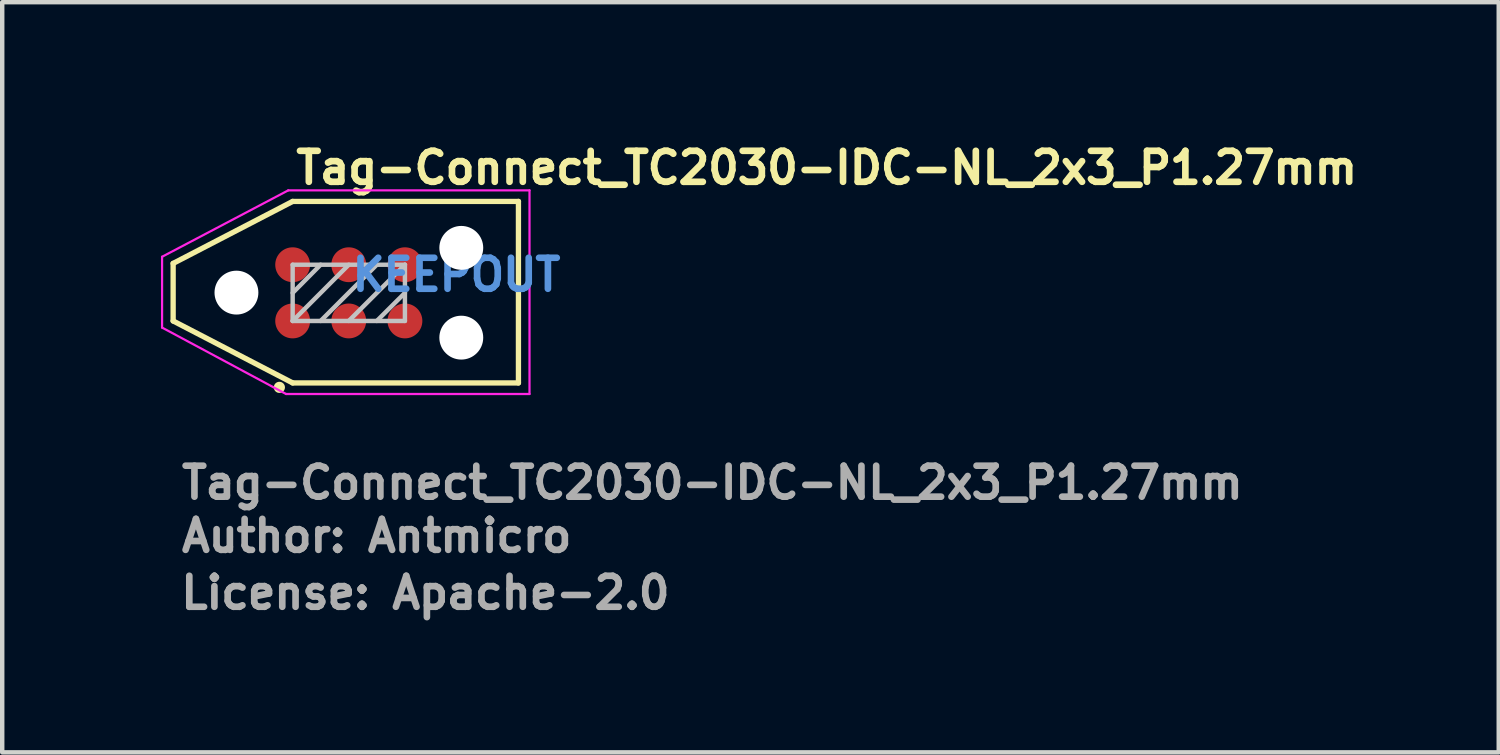
<source format=kicad_pcb>
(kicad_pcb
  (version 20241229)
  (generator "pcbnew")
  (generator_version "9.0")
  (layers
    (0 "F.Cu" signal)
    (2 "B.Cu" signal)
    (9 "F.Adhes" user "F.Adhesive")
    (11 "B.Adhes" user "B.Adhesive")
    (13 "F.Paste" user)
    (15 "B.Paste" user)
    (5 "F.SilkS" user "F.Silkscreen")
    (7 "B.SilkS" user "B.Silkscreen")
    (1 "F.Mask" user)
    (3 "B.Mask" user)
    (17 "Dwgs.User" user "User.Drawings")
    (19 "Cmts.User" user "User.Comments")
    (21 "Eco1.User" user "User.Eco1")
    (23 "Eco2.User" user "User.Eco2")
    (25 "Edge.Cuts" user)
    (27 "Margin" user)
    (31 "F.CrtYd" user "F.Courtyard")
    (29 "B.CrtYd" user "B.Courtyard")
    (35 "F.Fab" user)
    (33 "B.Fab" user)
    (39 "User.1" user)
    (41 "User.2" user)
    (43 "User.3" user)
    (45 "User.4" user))
  (footprint "Tag-Connect_TC2030-IDC-NL_2x3_P1.27mm"
    (layer "F.Cu")
    (at 3.561 4.2)
    (property "Reference" "Tag-Connect_TC2030-IDC-NL_2x3_P1.27mm" (at 0 -3.05 0) (layer "F.SilkS") (effects (font (size 0.7 0.7) (thickness 0.15)) (justify left bottom)))
    (attr exclude_from_bom)
    (fp_line (start -2.7 -1.3) (end 0 -2.7) (stroke (width 0.12) (type solid)) (layer "F.SilkS"))
    (fp_line (start -2.7 0) (end -2.7 -1.3) (stroke (width 0.12) (type solid)) (layer "F.SilkS"))
    (fp_line (start 0 -2.7) (end 5.1 -2.7) (stroke (width 0.12) (type solid)) (layer "F.SilkS"))
    (fp_line (start 0 1.4) (end -2.7 0) (stroke (width 0.12) (type solid)) (layer "F.SilkS"))
    (fp_line (start 5.1 -2.7) (end 5.1 1.4) (stroke (width 0.12) (type solid)) (layer "F.SilkS"))
    (fp_line (start 5.1 1.4) (end 0 1.4) (stroke (width 0.12) (type solid)) (layer "F.SilkS"))
    (fp_circle (center -0.3 1.5) (end -0.249 1.5) (stroke (width 0.15) (type solid)) (fill yes) (layer "F.SilkS"))
    (fp_line (start 0 -1.27) (end 2.536 -1.27) (stroke (width 0.1) (type solid)) (layer "Dwgs.User"))
    (fp_line (start 0 -0.634) (end 0.631 -1.27) (stroke (width 0.1) (type solid)) (layer "Dwgs.User"))
    (fp_line (start 0 0) (end 0 -1.27) (stroke (width 0.1) (type solid)) (layer "Dwgs.User"))
    (fp_line (start 0 0) (end 1.267 -1.27) (stroke (width 0.1) (type solid)) (layer "Dwgs.User"))
    (fp_line (start 0.631 0) (end 1.9 -1.27) (stroke (width 0.1) (type solid)) (layer "Dwgs.User"))
    (fp_line (start 1.267 0) (end 2.536 -1.27) (stroke (width 0.1) (type solid)) (layer "Dwgs.User"))
    (fp_line (start 1.9 0) (end 2.536 -0.634) (stroke (width 0.1) (type solid)) (layer "Dwgs.User"))
    (fp_line (start 2.536 -1.27) (end 2.536 0) (stroke (width 0.1) (type solid)) (layer "Dwgs.User"))
    (fp_line (start 2.536 0) (end 0 0) (stroke (width 0.1) (type solid)) (layer "Dwgs.User"))
    (fp_line (start -2.95 0.15) (end -2.95 -1.45) (stroke (width 0.05) (type solid)) (layer "F.CrtYd"))
    (fp_line (start -2.95 0.15) (end -0.15 1.65) (stroke (width 0.05) (type solid)) (layer "F.CrtYd"))
    (fp_line (start -0.1 -2.95) (end -2.95 -1.45) (stroke (width 0.05) (type solid)) (layer "F.CrtYd"))
    (fp_line (start -0.1 -2.95) (end 5.35 -2.95) (stroke (width 0.05) (type solid)) (layer "F.CrtYd"))
    (fp_line (start 5.35 -2.95) (end 5.35 1.65) (stroke (width 0.05) (type solid)) (layer "F.CrtYd"))
    (fp_line (start 5.35 1.65) (end -0.15 1.65) (stroke (width 0.05) (type solid)) (layer "F.CrtYd"))
    (fp_line (start -3.511 -2.552) (end -3.508 -2.629) (stroke (width 0.1) (type solid)) (layer "User.9"))
    (fp_line (start -3.511 -2.552) (end -3.505 -2.552) (stroke (width 0.1) (type solid)) (layer "User.9"))
    (fp_line (start -3.511 1.348) (end -3.511 -2.552) (stroke (width 0.1) (type solid)) (layer "User.9"))
    (fp_line (start -3.511 1.348) (end -3.511 1.348) (stroke (width 0.1) (type solid)) (layer "User.9"))
    (fp_line (start -3.511 1.348) (end -3.509 1.348) (stroke (width 0.1) (type solid)) (layer "User.9"))
    (fp_line (start -3.509 1.348) (end -3.506 1.348) (stroke (width 0.1) (type solid)) (layer "User.9"))
    (fp_line (start -3.508 -2.629) (end -3.499 -2.706) (stroke (width 0.1) (type solid)) (layer "User.9"))
    (fp_line (start -3.507 1.435) (end -3.511 1.348) (stroke (width 0.1) (type solid)) (layer "User.9"))
    (fp_line (start -3.506 1.348) (end -3.502 1.348) (stroke (width 0.1) (type solid)) (layer "User.9"))
    (fp_line (start -3.505 -2.552) (end -3.486 -2.552) (stroke (width 0.1) (type solid)) (layer "User.9"))
    (fp_line (start -3.502 1.348) (end -3.498 1.348) (stroke (width 0.1) (type solid)) (layer "User.9"))
    (fp_line (start -3.499 -2.706) (end -3.484 -2.782) (stroke (width 0.1) (type solid)) (layer "User.9"))
    (fp_line (start -3.498 1.348) (end -3.492 1.348) (stroke (width 0.1) (type solid)) (layer "User.9"))
    (fp_line (start -3.496 1.522) (end -3.507 1.435) (stroke (width 0.1) (type solid)) (layer "User.9"))
    (fp_line (start -3.492 1.348) (end -3.484 1.348) (stroke (width 0.1) (type solid)) (layer "User.9"))
    (fp_line (start -3.486 -2.552) (end -3.455 -2.552) (stroke (width 0.1) (type solid)) (layer "User.9"))
    (fp_line (start -3.484 -2.782) (end -3.464 -2.856) (stroke (width 0.1) (type solid)) (layer "User.9"))
    (fp_line (start -3.484 1.348) (end -3.476 1.348) (stroke (width 0.1) (type solid)) (layer "User.9"))
    (fp_line (start -3.477 1.607) (end -3.496 1.522) (stroke (width 0.1) (type solid)) (layer "User.9"))
    (fp_line (start -3.476 1.348) (end -3.467 1.348) (stroke (width 0.1) (type solid)) (layer "User.9"))
    (fp_line (start -3.467 1.348) (end -3.457 1.348) (stroke (width 0.1) (type solid)) (layer "User.9"))
    (fp_line (start -3.464 -2.856) (end -3.437 -2.929) (stroke (width 0.1) (type solid)) (layer "User.9"))
    (fp_line (start -3.457 1.348) (end -3.446 1.348) (stroke (width 0.1) (type solid)) (layer "User.9"))
    (fp_line (start -3.455 -2.552) (end -3.412 -2.552) (stroke (width 0.1) (type solid)) (layer "User.9"))
    (fp_line (start -3.451 1.69) (end -3.477 1.607) (stroke (width 0.1) (type solid)) (layer "User.9"))
    (fp_line (start -3.446 1.348) (end -3.433 1.348) (stroke (width 0.1) (type solid)) (layer "User.9"))
    (fp_line (start -3.437 -2.929) (end -3.406 -2.999) (stroke (width 0.1) (type solid)) (layer "User.9"))
    (fp_line (start -3.433 1.348) (end -3.42 1.348) (stroke (width 0.1) (type solid)) (layer "User.9"))
    (fp_line (start -3.42 1.348) (end -3.406 1.348) (stroke (width 0.1) (type solid)) (layer "User.9"))
    (fp_line (start -3.418 1.771) (end -3.451 1.69) (stroke (width 0.1) (type solid)) (layer "User.9"))
    (fp_line (start -3.412 -2.552) (end -3.358 -2.552) (stroke (width 0.1) (type solid)) (layer "User.9"))
    (fp_line (start -3.406 -2.999) (end -3.364 -3.073) (stroke (width 0.1) (type solid)) (layer "User.9"))
    (fp_line (start -3.406 1.348) (end -3.368 1.348) (stroke (width 0.1) (type solid)) (layer "User.9"))
    (fp_line (start -3.387 -3.029) (end -3.406 -2.999) (stroke (width 0.1) (type solid)) (layer "User.9"))
    (fp_line (start -3.387 1.426) (end -3.406 1.348) (stroke (width 0.1) (type solid)) (layer "User.9"))
    (fp_line (start -3.377 1.848) (end -3.418 1.771) (stroke (width 0.1) (type solid)) (layer "User.9"))
    (fp_line (start -3.368 1.348) (end -3.324 1.348) (stroke (width 0.1) (type solid)) (layer "User.9"))
    (fp_line (start -3.364 -3.073) (end -3.317 -3.144) (stroke (width 0.1) (type solid)) (layer "User.9"))
    (fp_line (start -3.361 -3.055) (end -3.387 -3.029) (stroke (width 0.1) (type solid)) (layer "User.9"))
    (fp_line (start -3.361 1.504) (end -3.387 1.426) (stroke (width 0.1) (type solid)) (layer "User.9"))
    (fp_line (start -3.358 -2.552) (end -3.293 -2.552) (stroke (width 0.1) (type solid)) (layer "User.9"))
    (fp_line (start -3.33 1.922) (end -3.377 1.848) (stroke (width 0.1) (type solid)) (layer "User.9"))
    (fp_line (start -3.33 -3.077) (end -3.361 -3.055) (stroke (width 0.1) (type solid)) (layer "User.9"))
    (fp_line (start -3.33 1.58) (end -3.361 1.504) (stroke (width 0.1) (type solid)) (layer "User.9"))
    (fp_line (start -3.324 1.348) (end -3.275 1.348) (stroke (width 0.1) (type solid)) (layer "User.9"))
    (fp_line (start -3.317 -3.144) (end -3.264 -3.21) (stroke (width 0.1) (type solid)) (layer "User.9"))
    (fp_line (start -3.293 -2.552) (end -3.218 -2.552) (stroke (width 0.1) (type solid)) (layer "User.9"))
    (fp_line (start -3.292 -3.096) (end -3.33 -3.077) (stroke (width 0.1) (type solid)) (layer "User.9"))
    (fp_line (start -3.292 1.655) (end -3.33 1.58) (stroke (width 0.1) (type solid)) (layer "User.9"))
    (fp_line (start -3.277 1.991) (end -3.33 1.922) (stroke (width 0.1) (type solid)) (layer "User.9"))
    (fp_line (start -3.275 1.348) (end -3.222 1.348) (stroke (width 0.1) (type solid)) (layer "User.9"))
    (fp_line (start -3.264 -3.21) (end -3.205 -3.272) (stroke (width 0.1) (type solid)) (layer "User.9"))
    (fp_line (start -3.249 -3.11) (end -3.292 -3.096) (stroke (width 0.1) (type solid)) (layer "User.9"))
    (fp_line (start -3.249 1.727) (end -3.292 1.655) (stroke (width 0.1) (type solid)) (layer "User.9"))
    (fp_line (start -3.222 1.348) (end -3.164 1.348) (stroke (width 0.1) (type solid)) (layer "User.9"))
    (fp_line (start -3.218 -2.552) (end -3.135 -2.552) (stroke (width 0.1) (type solid)) (layer "User.9"))
    (fp_line (start -3.218 2.055) (end -3.277 1.991) (stroke (width 0.1) (type solid)) (layer "User.9"))
    (fp_line (start -3.205 -3.272) (end -3.141 -3.328) (stroke (width 0.1) (type solid)) (layer "User.9"))
    (fp_line (start -3.201 -3.121) (end -3.249 -3.11) (stroke (width 0.1) (type solid)) (layer "User.9"))
    (fp_line (start -3.201 1.797) (end -3.249 1.727) (stroke (width 0.1) (type solid)) (layer "User.9"))
    (fp_line (start -3.164 1.348) (end -3.103 1.348) (stroke (width 0.1) (type solid)) (layer "User.9"))
    (fp_line (start -3.154 2.114) (end -3.218 2.055) (stroke (width 0.1) (type solid)) (layer "User.9"))
    (fp_line (start -3.147 -3.127) (end -3.201 -3.121) (stroke (width 0.1) (type solid)) (layer "User.9"))
    (fp_line (start -3.147 1.863) (end -3.201 1.797) (stroke (width 0.1) (type solid)) (layer "User.9"))
    (fp_line (start -3.141 -3.328) (end -3.073 -3.379) (stroke (width 0.1) (type solid)) (layer "User.9"))
    (fp_line (start -3.135 -2.552) (end -3.043 -2.552) (stroke (width 0.1) (type solid)) (layer "User.9"))
    (fp_line (start -3.103 1.348) (end -3.037 1.348) (stroke (width 0.1) (type solid)) (layer "User.9"))
    (fp_line (start -3.089 -3.129) (end -3.147 -3.127) (stroke (width 0.1) (type solid)) (layer "User.9"))
    (fp_line (start -3.089 -3.129) (end -3.026 -3.127) (stroke (width 0.1) (type solid)) (layer "User.9"))
    (fp_line (start -3.089 1.926) (end -3.147 1.863) (stroke (width 0.1) (type solid)) (layer "User.9"))
    (fp_line (start -3.089 1.926) (end -3.026 1.984) (stroke (width 0.1) (type solid)) (layer "User.9"))
    (fp_line (start -3.085 2.167) (end -3.154 2.114) (stroke (width 0.1) (type solid)) (layer "User.9"))
    (fp_line (start -3.073 -3.379) (end -3 -3.424) (stroke (width 0.1) (type solid)) (layer "User.9"))
    (fp_line (start -3.043 -2.552) (end -2.945 -2.552) (stroke (width 0.1) (type solid)) (layer "User.9"))
    (fp_line (start -3.037 1.348) (end -2.968 1.348) (stroke (width 0.1) (type solid)) (layer "User.9"))
    (fp_line (start -3.026 -3.127) (end -2.96 -3.121) (stroke (width 0.1) (type solid)) (layer "User.9"))
    (fp_line (start -3.026 1.984) (end -2.96 2.038) (stroke (width 0.1) (type solid)) (layer "User.9"))
    (fp_line (start -3.011 2.214) (end -3.085 2.167) (stroke (width 0.1) (type solid)) (layer "User.9"))
    (fp_line (start -3 -3.424) (end -2.924 -3.462) (stroke (width 0.1) (type solid)) (layer "User.9"))
    (fp_line (start -2.968 1.348) (end -2.896 1.348) (stroke (width 0.1) (type solid)) (layer "User.9"))
    (fp_line (start -2.96 -3.121) (end -2.89 -3.11) (stroke (width 0.1) (type solid)) (layer "User.9"))
    (fp_line (start -2.96 2.038) (end -2.89 2.086) (stroke (width 0.1) (type solid)) (layer "User.9"))
    (fp_line (start -2.945 -2.552) (end -2.841 -2.552) (stroke (width 0.1) (type solid)) (layer "User.9"))
    (fp_line (start -2.934 2.255) (end -3.011 2.214) (stroke (width 0.1) (type solid)) (layer "User.9"))
    (fp_line (start -2.924 -3.462) (end -2.845 -3.494) (stroke (width 0.1) (type solid)) (layer "User.9"))
    (fp_line (start -2.896 1.348) (end -2.822 1.348) (stroke (width 0.1) (type solid)) (layer "User.9"))
    (fp_line (start -2.89 -3.11) (end -2.818 -3.096) (stroke (width 0.1) (type solid)) (layer "User.9"))
    (fp_line (start -2.89 2.086) (end -2.818 2.129) (stroke (width 0.1) (type solid)) (layer "User.9"))
    (fp_line (start -2.853 2.288) (end -2.934 2.255) (stroke (width 0.1) (type solid)) (layer "User.9"))
    (fp_line (start -2.845 -3.494) (end -2.764 -3.519) (stroke (width 0.1) (type solid)) (layer "User.9"))
    (fp_line (start -2.841 -2.552) (end -2.734 -2.552) (stroke (width 0.1) (type solid)) (layer "User.9"))
    (fp_line (start -2.822 1.348) (end -2.746 1.348) (stroke (width 0.1) (type solid)) (layer "User.9"))
    (fp_line (start -2.818 -3.096) (end -2.743 -3.077) (stroke (width 0.1) (type solid)) (layer "User.9"))
    (fp_line (start -2.818 2.129) (end -2.743 2.167) (stroke (width 0.1) (type solid)) (layer "User.9"))
    (fp_line (start -2.77 2.314) (end -2.853 2.288) (stroke (width 0.1) (type solid)) (layer "User.9"))
    (fp_line (start -2.764 -3.519) (end -2.681 -3.537) (stroke (width 0.1) (type solid)) (layer "User.9"))
    (fp_line (start -2.746 1.348) (end -2.669 1.348) (stroke (width 0.1) (type solid)) (layer "User.9"))
    (fp_line (start -2.743 -3.077) (end -2.667 -3.055) (stroke (width 0.1) (type solid)) (layer "User.9"))
    (fp_line (start -2.743 2.167) (end -2.667 2.199) (stroke (width 0.1) (type solid)) (layer "User.9"))
    (fp_line (start -2.734 -2.552) (end -2.623 -2.552) (stroke (width 0.1) (type solid)) (layer "User.9"))
    (fp_line (start -2.685 2.333) (end -2.77 2.314) (stroke (width 0.1) (type solid)) (layer "User.9"))
    (fp_line (start -2.681 -3.537) (end -2.596 -3.548) (stroke (width 0.1) (type solid)) (layer "User.9"))
    (fp_line (start -2.669 1.348) (end -2.59 1.348) (stroke (width 0.1) (type solid)) (layer "User.9"))
    (fp_line (start -2.667 -3.055) (end -2.589 -3.029) (stroke (width 0.1) (type solid)) (layer "User.9"))
    (fp_line (start -2.667 2.199) (end -2.589 2.224) (stroke (width 0.1) (type solid)) (layer "User.9"))
    (fp_line (start -2.623 -2.552) (end -2.511 -2.552) (stroke (width 0.1) (type solid)) (layer "User.9"))
    (fp_line (start -2.598 2.344) (end -2.685 2.333) (stroke (width 0.1) (type solid)) (layer "User.9"))
    (fp_line (start -2.596 -3.548) (end -2.511 -3.552) (stroke (width 0.1) (type solid)) (layer "User.9"))
    (fp_line (start -2.59 1.348) (end -2.511 1.348) (stroke (width 0.1) (type solid)) (layer "User.9"))
    (fp_line (start -2.589 -3.029) (end -2.511 -2.999) (stroke (width 0.1) (type solid)) (layer "User.9"))
    (fp_line (start -2.589 2.224) (end -2.511 2.243) (stroke (width 0.1) (type solid)) (layer "User.9"))
    (fp_line (start -2.511 -3.552) (end -2.511 -3.549) (stroke (width 0.1) (type solid)) (layer "User.9"))
    (fp_line (start -2.511 -3.552) (end 4.989 -3.552) (stroke (width 0.1) (type solid)) (layer "User.9"))
    (fp_line (start -2.511 -3.549) (end -2.511 -3.539) (stroke (width 0.1) (type solid)) (layer "User.9"))
    (fp_line (start -2.511 -3.539) (end -2.511 -3.524) (stroke (width 0.1) (type solid)) (layer "User.9"))
    (fp_line (start -2.511 -3.524) (end -2.511 -3.502) (stroke (width 0.1) (type solid)) (layer "User.9"))
    (fp_line (start -2.511 -3.502) (end -2.511 -3.475) (stroke (width 0.1) (type solid)) (layer "User.9"))
    (fp_line (start -2.511 -3.475) (end -2.511 -3.441) (stroke (width 0.1) (type solid)) (layer "User.9"))
    (fp_line (start -2.511 -3.441) (end -2.511 -3.402) (stroke (width 0.1) (type solid)) (layer "User.9"))
    (fp_line (start -2.511 -3.402) (end -2.511 -3.358) (stroke (width 0.1) (type solid)) (layer "User.9"))
    (fp_line (start -2.511 -3.358) (end -2.511 -3.309) (stroke (width 0.1) (type solid)) (layer "User.9"))
    (fp_line (start -2.511 -3.309) (end -2.511 -3.255) (stroke (width 0.1) (type solid)) (layer "User.9"))
    (fp_line (start -2.511 -3.255) (end -2.511 -3.197) (stroke (width 0.1) (type solid)) (layer "User.9"))
    (fp_line (start -2.511 -3.197) (end -2.511 -3.134) (stroke (width 0.1) (type solid)) (layer "User.9"))
    (fp_line (start -2.511 -3.134) (end -2.511 -3.068) (stroke (width 0.1) (type solid)) (layer "User.9"))
    (fp_line (start -2.511 -3.068) (end -2.511 -2.999) (stroke (width 0.1) (type solid)) (layer "User.9"))
    (fp_line (start -2.511 -2.999) (end -2.511 -2.969) (stroke (width 0.1) (type solid)) (layer "User.9"))
    (fp_line (start -2.511 -2.969) (end -2.511 -2.939) (stroke (width 0.1) (type solid)) (layer "User.9"))
    (fp_line (start -2.511 -2.939) (end -2.511 -2.908) (stroke (width 0.1) (type solid)) (layer "User.9"))
    (fp_line (start -2.511 -2.908) (end -2.511 -2.877) (stroke (width 0.1) (type solid)) (layer "User.9"))
    (fp_line (start -2.511 -2.877) (end -2.511 -2.845) (stroke (width 0.1) (type solid)) (layer "User.9"))
    (fp_line (start -2.511 -2.845) (end -2.511 -2.814) (stroke (width 0.1) (type solid)) (layer "User.9"))
    (fp_line (start -2.511 -2.814) (end -2.511 -2.782) (stroke (width 0.1) (type solid)) (layer "User.9"))
    (fp_line (start -2.511 -2.782) (end -2.511 -2.749) (stroke (width 0.1) (type solid)) (layer "User.9"))
    (fp_line (start -2.511 -2.749) (end -2.511 -2.717) (stroke (width 0.1) (type solid)) (layer "User.9"))
    (fp_line (start -2.511 -2.717) (end -2.511 -2.684) (stroke (width 0.1) (type solid)) (layer "User.9"))
    (fp_line (start -2.511 -2.684) (end -2.511 -2.651) (stroke (width 0.1) (type solid)) (layer "User.9"))
    (fp_line (start -2.511 -2.651) (end -2.511 -2.618) (stroke (width 0.1) (type solid)) (layer "User.9"))
    (fp_line (start -2.511 -2.618) (end -2.511 -2.585) (stroke (width 0.1) (type solid)) (layer "User.9"))
    (fp_line (start -2.511 -2.585) (end -2.511 -2.552) (stroke (width 0.1) (type solid)) (layer "User.9"))
    (fp_line (start -2.511 -2.552) (end -2.511 1.348) (stroke (width 0.1) (type solid)) (layer "User.9"))
    (fp_line (start -2.511 -2.552) (end 4.989 -2.552) (stroke (width 0.1) (type solid)) (layer "User.9"))
    (fp_line (start -2.511 1.348) (end -2.511 1.427) (stroke (width 0.1) (type solid)) (layer "User.9"))
    (fp_line (start -2.511 1.348) (end 4.989 1.348) (stroke (width 0.1) (type solid)) (layer "User.9"))
    (fp_line (start -2.511 1.427) (end -2.511 1.506) (stroke (width 0.1) (type solid)) (layer "User.9"))
    (fp_line (start -2.511 1.506) (end -2.511 1.583) (stroke (width 0.1) (type solid)) (layer "User.9"))
    (fp_line (start -2.511 1.583) (end -2.511 1.659) (stroke (width 0.1) (type solid)) (layer "User.9"))
    (fp_line (start -2.511 1.659) (end -2.511 1.733) (stroke (width 0.1) (type solid)) (layer "User.9"))
    (fp_line (start -2.511 1.733) (end -2.511 1.805) (stroke (width 0.1) (type solid)) (layer "User.9"))
    (fp_line (start -2.511 1.805) (end -2.511 1.874) (stroke (width 0.1) (type solid)) (layer "User.9"))
    (fp_line (start -2.511 1.874) (end -2.511 1.94) (stroke (width 0.1) (type solid)) (layer "User.9"))
    (fp_line (start -2.511 1.94) (end -2.511 2.001) (stroke (width 0.1) (type solid)) (layer "User.9"))
    (fp_line (start -2.511 2.001) (end -2.511 2.059) (stroke (width 0.1) (type solid)) (layer "User.9"))
    (fp_line (start -2.511 2.059) (end -2.511 2.113) (stroke (width 0.1) (type solid)) (layer "User.9"))
    (fp_line (start -2.511 2.113) (end -2.511 2.161) (stroke (width 0.1) (type solid)) (layer "User.9"))
    (fp_line (start -2.511 2.161) (end -2.511 2.205) (stroke (width 0.1) (type solid)) (layer "User.9"))
    (fp_line (start -2.511 2.205) (end -2.511 2.243) (stroke (width 0.1) (type solid)) (layer "User.9"))
    (fp_line (start -2.511 2.243) (end -2.511 2.257) (stroke (width 0.1) (type solid)) (layer "User.9"))
    (fp_line (start -2.511 2.257) (end -2.511 2.27) (stroke (width 0.1) (type solid)) (layer "User.9"))
    (fp_line (start -2.511 2.27) (end -2.511 2.283) (stroke (width 0.1) (type solid)) (layer "User.9"))
    (fp_line (start -2.511 2.283) (end -2.511 2.294) (stroke (width 0.1) (type solid)) (layer "User.9"))
    (fp_line (start -2.511 2.294) (end -2.511 2.304) (stroke (width 0.1) (type solid)) (layer "User.9"))
    (fp_line (start -2.511 2.304) (end -2.511 2.313) (stroke (width 0.1) (type solid)) (layer "User.9"))
    (fp_line (start -2.511 2.313) (end -2.511 2.321) (stroke (width 0.1) (type solid)) (layer "User.9"))
    (fp_line (start -2.511 2.321) (end -2.511 2.329) (stroke (width 0.1) (type solid)) (layer "User.9"))
    (fp_line (start -2.511 2.329) (end -2.511 2.335) (stroke (width 0.1) (type solid)) (layer "User.9"))
    (fp_line (start -2.511 2.335) (end -2.511 2.339) (stroke (width 0.1) (type solid)) (layer "User.9"))
    (fp_line (start -2.511 2.339) (end -2.511 2.343) (stroke (width 0.1) (type solid)) (layer "User.9"))
    (fp_line (start -2.511 2.343) (end -2.511 2.346) (stroke (width 0.1) (type solid)) (layer "User.9"))
    (fp_line (start -2.511 2.346) (end -2.511 2.348) (stroke (width 0.1) (type solid)) (layer "User.9"))
    (fp_line (start -2.511 2.348) (end -2.511 2.348) (stroke (width 0.1) (type solid)) (layer "User.9"))
    (fp_line (start -2.511 2.348) (end -2.598 2.344) (stroke (width 0.1) (type solid)) (layer "User.9"))
    (fp_line (start -2.511 2.348) (end 4.989 2.348) (stroke (width 0.1) (type solid)) (layer "User.9"))
    (fp_line (start 4.989 -3.552) (end 5.074 -3.548) (stroke (width 0.1) (type solid)) (layer "User.9"))
    (fp_line (start 4.989 -3.549) (end 4.989 -3.552) (stroke (width 0.1) (type solid)) (layer "User.9"))
    (fp_line (start 4.989 -3.539) (end 4.989 -3.549) (stroke (width 0.1) (type solid)) (layer "User.9"))
    (fp_line (start 4.989 -3.524) (end 4.989 -3.539) (stroke (width 0.1) (type solid)) (layer "User.9"))
    (fp_line (start 4.989 -3.502) (end 4.989 -3.524) (stroke (width 0.1) (type solid)) (layer "User.9"))
    (fp_line (start 4.989 -3.475) (end 4.989 -3.502) (stroke (width 0.1) (type solid)) (layer "User.9"))
    (fp_line (start 4.989 -3.441) (end 4.989 -3.475) (stroke (width 0.1) (type solid)) (layer "User.9"))
    (fp_line (start 4.989 -3.402) (end 4.989 -3.441) (stroke (width 0.1) (type solid)) (layer "User.9"))
    (fp_line (start 4.989 -3.358) (end 4.989 -3.402) (stroke (width 0.1) (type solid)) (layer "User.9"))
    (fp_line (start 4.989 -3.309) (end 4.989 -3.358) (stroke (width 0.1) (type solid)) (layer "User.9"))
    (fp_line (start 4.989 -3.255) (end 4.989 -3.309) (stroke (width 0.1) (type solid)) (layer "User.9"))
    (fp_line (start 4.989 -3.197) (end 4.989 -3.255) (stroke (width 0.1) (type solid)) (layer "User.9"))
    (fp_line (start 4.989 -3.134) (end 4.989 -3.197) (stroke (width 0.1) (type solid)) (layer "User.9"))
    (fp_line (start 4.989 -3.068) (end 4.989 -3.134) (stroke (width 0.1) (type solid)) (layer "User.9"))
    (fp_line (start 4.989 -2.999) (end 4.989 -3.068) (stroke (width 0.1) (type solid)) (layer "User.9"))
    (fp_line (start 4.989 -2.969) (end 4.989 -2.999) (stroke (width 0.1) (type solid)) (layer "User.9"))
    (fp_line (start 4.989 -2.939) (end 4.989 -2.969) (stroke (width 0.1) (type solid)) (layer "User.9"))
    (fp_line (start 4.989 -2.908) (end 4.989 -2.939) (stroke (width 0.1) (type solid)) (layer "User.9"))
    (fp_line (start 4.989 -2.877) (end 4.989 -2.908) (stroke (width 0.1) (type solid)) (layer "User.9"))
    (fp_line (start 4.989 -2.845) (end 4.989 -2.877) (stroke (width 0.1) (type solid)) (layer "User.9"))
    (fp_line (start 4.989 -2.814) (end 4.989 -2.845) (stroke (width 0.1) (type solid)) (layer "User.9"))
    (fp_line (start 4.989 -2.782) (end 4.989 -2.814) (stroke (width 0.1) (type solid)) (layer "User.9"))
    (fp_line (start 4.989 -2.749) (end 4.989 -2.782) (stroke (width 0.1) (type solid)) (layer "User.9"))
    (fp_line (start 4.989 -2.717) (end 4.989 -2.749) (stroke (width 0.1) (type solid)) (layer "User.9"))
    (fp_line (start 4.989 -2.684) (end 4.989 -2.717) (stroke (width 0.1) (type solid)) (layer "User.9"))
    (fp_line (start 4.989 -2.651) (end 4.989 -2.684) (stroke (width 0.1) (type solid)) (layer "User.9"))
    (fp_line (start 4.989 -2.618) (end 4.989 -2.651) (stroke (width 0.1) (type solid)) (layer "User.9"))
    (fp_line (start 4.989 -2.585) (end 4.989 -2.618) (stroke (width 0.1) (type solid)) (layer "User.9"))
    (fp_line (start 4.989 -2.552) (end 4.989 -2.585) (stroke (width 0.1) (type solid)) (layer "User.9"))
    (fp_line (start 4.989 -2.552) (end 5.101 -2.552) (stroke (width 0.1) (type solid)) (layer "User.9"))
    (fp_line (start 4.989 1.348) (end 4.989 -2.552) (stroke (width 0.1) (type solid)) (layer "User.9"))
    (fp_line (start 4.989 1.348) (end 5.101 1.348) (stroke (width 0.1) (type solid)) (layer "User.9"))
    (fp_line (start 4.989 1.381) (end 4.989 1.348) (stroke (width 0.1) (type solid)) (layer "User.9"))
    (fp_line (start 4.989 1.414) (end 4.989 1.381) (stroke (width 0.1) (type solid)) (layer "User.9"))
    (fp_line (start 4.989 1.447) (end 4.989 1.414) (stroke (width 0.1) (type solid)) (layer "User.9"))
    (fp_line (start 4.989 1.48) (end 4.989 1.447) (stroke (width 0.1) (type solid)) (layer "User.9"))
    (fp_line (start 4.989 1.513) (end 4.989 1.48) (stroke (width 0.1) (type solid)) (layer "User.9"))
    (fp_line (start 4.989 1.546) (end 4.989 1.513) (stroke (width 0.1) (type solid)) (layer "User.9"))
    (fp_line (start 4.989 1.578) (end 4.989 1.546) (stroke (width 0.1) (type solid)) (layer "User.9"))
    (fp_line (start 4.989 1.61) (end 4.989 1.578) (stroke (width 0.1) (type solid)) (layer "User.9"))
    (fp_line (start 4.989 1.642) (end 4.989 1.61) (stroke (width 0.1) (type solid)) (layer "User.9"))
    (fp_line (start 4.989 1.673) (end 4.989 1.642) (stroke (width 0.1) (type solid)) (layer "User.9"))
    (fp_line (start 4.989 1.705) (end 4.989 1.673) (stroke (width 0.1) (type solid)) (layer "User.9"))
    (fp_line (start 4.989 1.735) (end 4.989 1.705) (stroke (width 0.1) (type solid)) (layer "User.9"))
    (fp_line (start 4.989 1.766) (end 4.989 1.735) (stroke (width 0.1) (type solid)) (layer "User.9"))
    (fp_line (start 4.989 1.795) (end 4.989 1.766) (stroke (width 0.1) (type solid)) (layer "User.9"))
    (fp_line (start 4.989 1.865) (end 4.989 1.795) (stroke (width 0.1) (type solid)) (layer "User.9"))
    (fp_line (start 4.989 1.931) (end 4.989 1.865) (stroke (width 0.1) (type solid)) (layer "User.9"))
    (fp_line (start 4.989 1.993) (end 4.989 1.931) (stroke (width 0.1) (type solid)) (layer "User.9"))
    (fp_line (start 4.989 2.052) (end 4.989 1.993) (stroke (width 0.1) (type solid)) (layer "User.9"))
    (fp_line (start 4.989 2.105) (end 4.989 2.052) (stroke (width 0.1) (type solid)) (layer "User.9"))
    (fp_line (start 4.989 2.155) (end 4.989 2.105) (stroke (width 0.1) (type solid)) (layer "User.9"))
    (fp_line (start 4.989 2.199) (end 4.989 2.155) (stroke (width 0.1) (type solid)) (layer "User.9"))
    (fp_line (start 4.989 2.238) (end 4.989 2.199) (stroke (width 0.1) (type solid)) (layer "User.9"))
    (fp_line (start 4.989 2.271) (end 4.989 2.238) (stroke (width 0.1) (type solid)) (layer "User.9"))
    (fp_line (start 4.989 2.299) (end 4.989 2.271) (stroke (width 0.1) (type solid)) (layer "User.9"))
    (fp_line (start 4.989 2.32) (end 4.989 2.299) (stroke (width 0.1) (type solid)) (layer "User.9"))
    (fp_line (start 4.989 2.336) (end 4.989 2.32) (stroke (width 0.1) (type solid)) (layer "User.9"))
    (fp_line (start 4.989 2.345) (end 4.989 2.336) (stroke (width 0.1) (type solid)) (layer "User.9"))
    (fp_line (start 4.989 2.348) (end 4.989 2.345) (stroke (width 0.1) (type solid)) (layer "User.9"))
    (fp_line (start 5.067 -3.029) (end 4.989 -2.999) (stroke (width 0.1) (type solid)) (layer "User.9"))
    (fp_line (start 5.067 1.825) (end 4.989 1.795) (stroke (width 0.1) (type solid)) (layer "User.9"))
    (fp_line (start 5.074 -3.548) (end 5.158 -3.537) (stroke (width 0.1) (type solid)) (layer "User.9"))
    (fp_line (start 5.074 2.345) (end 4.989 2.348) (stroke (width 0.1) (type solid)) (layer "User.9"))
    (fp_line (start 5.101 -2.552) (end 5.211 -2.552) (stroke (width 0.1) (type solid)) (layer "User.9"))
    (fp_line (start 5.101 1.348) (end 5.211 1.348) (stroke (width 0.1) (type solid)) (layer "User.9"))
    (fp_line (start 5.144 -3.055) (end 5.067 -3.029) (stroke (width 0.1) (type solid)) (layer "User.9"))
    (fp_line (start 5.144 1.851) (end 5.067 1.825) (stroke (width 0.1) (type solid)) (layer "User.9"))
    (fp_line (start 5.158 -3.537) (end 5.242 -3.519) (stroke (width 0.1) (type solid)) (layer "User.9"))
    (fp_line (start 5.158 2.334) (end 5.074 2.345) (stroke (width 0.1) (type solid)) (layer "User.9"))
    (fp_line (start 5.211 -2.552) (end 5.319 -2.552) (stroke (width 0.1) (type solid)) (layer "User.9"))
    (fp_line (start 5.211 1.348) (end 5.319 1.348) (stroke (width 0.1) (type solid)) (layer "User.9"))
    (fp_line (start 5.221 -3.077) (end 5.144 -3.055) (stroke (width 0.1) (type solid)) (layer "User.9"))
    (fp_line (start 5.221 1.874) (end 5.144 1.851) (stroke (width 0.1) (type solid)) (layer "User.9"))
    (fp_line (start 5.242 -3.519) (end 5.323 -3.494) (stroke (width 0.1) (type solid)) (layer "User.9"))
    (fp_line (start 5.242 2.316) (end 5.158 2.334) (stroke (width 0.1) (type solid)) (layer "User.9"))
    (fp_line (start 5.295 -3.096) (end 5.221 -3.077) (stroke (width 0.1) (type solid)) (layer "User.9"))
    (fp_line (start 5.295 1.892) (end 5.221 1.874) (stroke (width 0.1) (type solid)) (layer "User.9"))
    (fp_line (start 5.319 -2.552) (end 5.423 -2.552) (stroke (width 0.1) (type solid)) (layer "User.9"))
    (fp_line (start 5.319 1.348) (end 5.423 1.348) (stroke (width 0.1) (type solid)) (layer "User.9"))
    (fp_line (start 5.323 -3.494) (end 5.402 -3.462) (stroke (width 0.1) (type solid)) (layer "User.9"))
    (fp_line (start 5.323 2.291) (end 5.242 2.316) (stroke (width 0.1) (type solid)) (layer "User.9"))
    (fp_line (start 5.368 -3.11) (end 5.295 -3.096) (stroke (width 0.1) (type solid)) (layer "User.9"))
    (fp_line (start 5.368 1.907) (end 5.295 1.892) (stroke (width 0.1) (type solid)) (layer "User.9"))
    (fp_line (start 5.402 -3.462) (end 5.478 -3.424) (stroke (width 0.1) (type solid)) (layer "User.9"))
    (fp_line (start 5.402 2.259) (end 5.323 2.291) (stroke (width 0.1) (type solid)) (layer "User.9"))
    (fp_line (start 5.423 -2.552) (end 5.521 -2.552) (stroke (width 0.1) (type solid)) (layer "User.9"))
    (fp_line (start 5.423 1.348) (end 5.521 1.348) (stroke (width 0.1) (type solid)) (layer "User.9"))
    (fp_line (start 5.437 -3.121) (end 5.368 -3.11) (stroke (width 0.1) (type solid)) (layer "User.9"))
    (fp_line (start 5.437 1.917) (end 5.368 1.907) (stroke (width 0.1) (type solid)) (layer "User.9"))
    (fp_line (start 5.478 -3.424) (end 5.55 -3.379) (stroke (width 0.1) (type solid)) (layer "User.9"))
    (fp_line (start 5.478 2.221) (end 5.402 2.259) (stroke (width 0.1) (type solid)) (layer "User.9"))
    (fp_line (start 5.504 -3.127) (end 5.437 -3.121) (stroke (width 0.1) (type solid)) (layer "User.9"))
    (fp_line (start 5.504 1.923) (end 5.437 1.917) (stroke (width 0.1) (type solid)) (layer "User.9"))
    (fp_line (start 5.521 -2.552) (end 5.612 -2.552) (stroke (width 0.1) (type solid)) (layer "User.9"))
    (fp_line (start 5.521 1.348) (end 5.612 1.348) (stroke (width 0.1) (type solid)) (layer "User.9"))
    (fp_line (start 5.55 -3.379) (end 5.619 -3.328) (stroke (width 0.1) (type solid)) (layer "User.9"))
    (fp_line (start 5.55 2.176) (end 5.478 2.221) (stroke (width 0.1) (type solid)) (layer "User.9"))
    (fp_line (start 5.566 -3.129) (end 5.504 -3.127) (stroke (width 0.1) (type solid)) (layer "User.9"))
    (fp_line (start 5.566 -3.129) (end 5.624 -3.127) (stroke (width 0.1) (type solid)) (layer "User.9"))
    (fp_line (start 5.566 1.926) (end 5.504 1.923) (stroke (width 0.1) (type solid)) (layer "User.9"))
    (fp_line (start 5.566 1.926) (end 5.624 1.923) (stroke (width 0.1) (type solid)) (layer "User.9"))
    (fp_line (start 5.612 -2.552) (end 5.696 -2.552) (stroke (width 0.1) (type solid)) (layer "User.9"))
    (fp_line (start 5.612 1.348) (end 5.696 1.348) (stroke (width 0.1) (type solid)) (layer "User.9"))
    (fp_line (start 5.619 -3.328) (end 5.682 -3.272) (stroke (width 0.1) (type solid)) (layer "User.9"))
    (fp_line (start 5.619 2.125) (end 5.55 2.176) (stroke (width 0.1) (type solid)) (layer "User.9"))
    (fp_line (start 5.624 -3.127) (end 5.678 -3.121) (stroke (width 0.1) (type solid)) (layer "User.9"))
    (fp_line (start 5.624 1.923) (end 5.678 1.917) (stroke (width 0.1) (type solid)) (layer "User.9"))
    (fp_line (start 5.678 -3.121) (end 5.727 -3.11) (stroke (width 0.1) (type solid)) (layer "User.9"))
    (fp_line (start 5.678 1.917) (end 5.727 1.907) (stroke (width 0.1) (type solid)) (layer "User.9"))
    (fp_line (start 5.682 -3.272) (end 5.741 -3.21) (stroke (width 0.1) (type solid)) (layer "User.9"))
    (fp_line (start 5.682 2.069) (end 5.619 2.125) (stroke (width 0.1) (type solid)) (layer "User.9"))
    (fp_line (start 5.696 -2.552) (end 5.771 -2.552) (stroke (width 0.1) (type solid)) (layer "User.9"))
    (fp_line (start 5.696 1.348) (end 5.771 1.348) (stroke (width 0.1) (type solid)) (layer "User.9"))
    (fp_line (start 5.727 -3.11) (end 5.77 -3.096) (stroke (width 0.1) (type solid)) (layer "User.9"))
    (fp_line (start 5.727 1.907) (end 5.77 1.892) (stroke (width 0.1) (type solid)) (layer "User.9"))
    (fp_line (start 5.741 -3.21) (end 5.794 -3.144) (stroke (width 0.1) (type solid)) (layer "User.9"))
    (fp_line (start 5.741 2.007) (end 5.682 2.069) (stroke (width 0.1) (type solid)) (layer "User.9"))
    (fp_line (start 5.77 -3.096) (end 5.808 -3.077) (stroke (width 0.1) (type solid)) (layer "User.9"))
    (fp_line (start 5.77 1.892) (end 5.808 1.874) (stroke (width 0.1) (type solid)) (layer "User.9"))
    (fp_line (start 5.771 -2.552) (end 5.836 -2.552) (stroke (width 0.1) (type solid)) (layer "User.9"))
    (fp_line (start 5.771 1.348) (end 5.836 1.348) (stroke (width 0.1) (type solid)) (layer "User.9"))
    (fp_line (start 5.794 -3.144) (end 5.842 -3.073) (stroke (width 0.1) (type solid)) (layer "User.9"))
    (fp_line (start 5.794 1.941) (end 5.741 2.007) (stroke (width 0.1) (type solid)) (layer "User.9"))
    (fp_line (start 5.808 -3.077) (end 5.839 -3.055) (stroke (width 0.1) (type solid)) (layer "User.9"))
    (fp_line (start 5.808 1.874) (end 5.839 1.851) (stroke (width 0.1) (type solid)) (layer "User.9"))
    (fp_line (start 5.836 -2.552) (end 5.89 -2.552) (stroke (width 0.1) (type solid)) (layer "User.9"))
    (fp_line (start 5.836 1.348) (end 5.89 1.348) (stroke (width 0.1) (type solid)) (layer "User.9"))
    (fp_line (start 5.839 -3.055) (end 5.864 -3.029) (stroke (width 0.1) (type solid)) (layer "User.9"))
    (fp_line (start 5.839 1.851) (end 5.864 1.825) (stroke (width 0.1) (type solid)) (layer "User.9"))
    (fp_line (start 5.842 -3.073) (end 5.883 -2.999) (stroke (width 0.1) (type solid)) (layer "User.9"))
    (fp_line (start 5.842 1.87) (end 5.794 1.941) (stroke (width 0.1) (type solid)) (layer "User.9"))
    (fp_line (start 5.864 -3.029) (end 5.883 -2.999) (stroke (width 0.1) (type solid)) (layer "User.9"))
    (fp_line (start 5.864 1.825) (end 5.883 1.795) (stroke (width 0.1) (type solid)) (layer "User.9"))
    (fp_line (start 5.883 -2.999) (end 5.915 -2.929) (stroke (width 0.1) (type solid)) (layer "User.9"))
    (fp_line (start 5.883 1.795) (end 5.842 1.87) (stroke (width 0.1) (type solid)) (layer "User.9"))
    (fp_line (start 5.89 -2.552) (end 5.933 -2.552) (stroke (width 0.1) (type solid)) (layer "User.9"))
    (fp_line (start 5.89 1.348) (end 5.933 1.348) (stroke (width 0.1) (type solid)) (layer "User.9"))
    (fp_line (start 5.915 -2.929) (end 5.941 -2.856) (stroke (width 0.1) (type solid)) (layer "User.9"))
    (fp_line (start 5.915 1.725) (end 5.883 1.795) (stroke (width 0.1) (type solid)) (layer "User.9"))
    (fp_line (start 5.933 -2.552) (end 5.964 -2.552) (stroke (width 0.1) (type solid)) (layer "User.9"))
    (fp_line (start 5.933 1.348) (end 5.964 1.348) (stroke (width 0.1) (type solid)) (layer "User.9"))
    (fp_line (start 5.941 -2.856) (end 5.962 -2.782) (stroke (width 0.1) (type solid)) (layer "User.9"))
    (fp_line (start 5.941 1.652) (end 5.915 1.725) (stroke (width 0.1) (type solid)) (layer "User.9"))
    (fp_line (start 5.962 -2.782) (end 5.977 -2.706) (stroke (width 0.1) (type solid)) (layer "User.9"))
    (fp_line (start 5.962 1.578) (end 5.941 1.652) (stroke (width 0.1) (type solid)) (layer "User.9"))
    (fp_line (start 5.964 -2.552) (end 5.982 -2.552) (stroke (width 0.1) (type solid)) (layer "User.9"))
    (fp_line (start 5.964 1.348) (end 5.982 1.348) (stroke (width 0.1) (type solid)) (layer "User.9"))
    (fp_line (start 5.977 -2.706) (end 5.986 -2.629) (stroke (width 0.1) (type solid)) (layer "User.9"))
    (fp_line (start 5.977 1.502) (end 5.962 1.578) (stroke (width 0.1) (type solid)) (layer "User.9"))
    (fp_line (start 5.982 -2.552) (end 5.989 -2.552) (stroke (width 0.1) (type solid)) (layer "User.9"))
    (fp_line (start 5.982 1.348) (end 5.989 1.348) (stroke (width 0.1) (type solid)) (layer "User.9"))
    (fp_line (start 5.986 -2.629) (end 5.989 -2.552) (stroke (width 0.1) (type solid)) (layer "User.9"))
    (fp_line (start 5.986 1.425) (end 5.977 1.502) (stroke (width 0.1) (type solid)) (layer "User.9"))
    (fp_line (start 5.989 -2.552) (end 5.989 1.348) (stroke (width 0.1) (type solid)) (layer "User.9"))
    (fp_line (start 5.989 1.348) (end 5.986 1.425) (stroke (width 0.1) (type solid)) (layer "User.9"))
    (fp_text user "KEEPOUT" (at 1.267 -0.634 0) (layer "Cmts.User") (effects (font (size 0.7 0.7) (thickness 0.15)) (justify left bottom)))
    (fp_text user "Author: Antmicro" (at -2.584 5.264 0) (layer "F.Fab") (effects (font (size 0.7 0.7) (thickness 0.15)) (justify left bottom)))
    (fp_text user "License: Apache-2.0" (at -2.6 6.55 0) (layer "F.Fab") (effects (font (size 0.7 0.7) (thickness 0.15)) (justify left bottom)))
    (fp_text user "${REFERENCE}" (at -2.584 4.063 0) (layer "F.Fab") (effects (font (size 0.7 0.7) (thickness 0.15)) (justify left bottom)))
    (pad "" np_thru_hole circle (at -1.27 -0.64) (size 0.991 0.991) (drill 0.991) (layers "*.Cu" "*.Mask"))
    (pad "" np_thru_hole circle (at 3.809 -1.651) (size 0.991 0.991) (drill 0.991) (layers "*.Cu" "*.Mask"))
    (pad "" np_thru_hole circle (at 3.809 0.377) (size 0.991 0.991) (drill 0.991) (layers "*.Cu" "*.Mask"))
    (pad "1" connect circle (at 0 0) (size 0.787 0.787) (layers "F.Cu" "F.Mask"))
    (pad "2" connect circle (at 0 -1.27) (size 0.787 0.787) (layers "F.Cu" "F.Mask"))
    (pad "3" connect circle (at 1.267 0) (size 0.787 0.787) (layers "F.Cu" "F.Mask"))
    (pad "4" connect circle (at 1.267 -1.27) (size 0.787 0.787) (layers "F.Cu" "F.Mask"))
    (pad "5" connect circle (at 2.536 0) (size 0.787 0.787) (layers "F.Cu" "F.Mask"))
    (pad "6" connect circle (at 2.536 -1.27) (size 0.787 0.787) (layers "F.Cu" "F.Mask")))
  (gr_rect
    (start -3 -3)
    (end 30.805 13.945)
    (stroke (width 0.1) (type default))
    (fill no)
    (layer "Edge.Cuts")))
</source>
